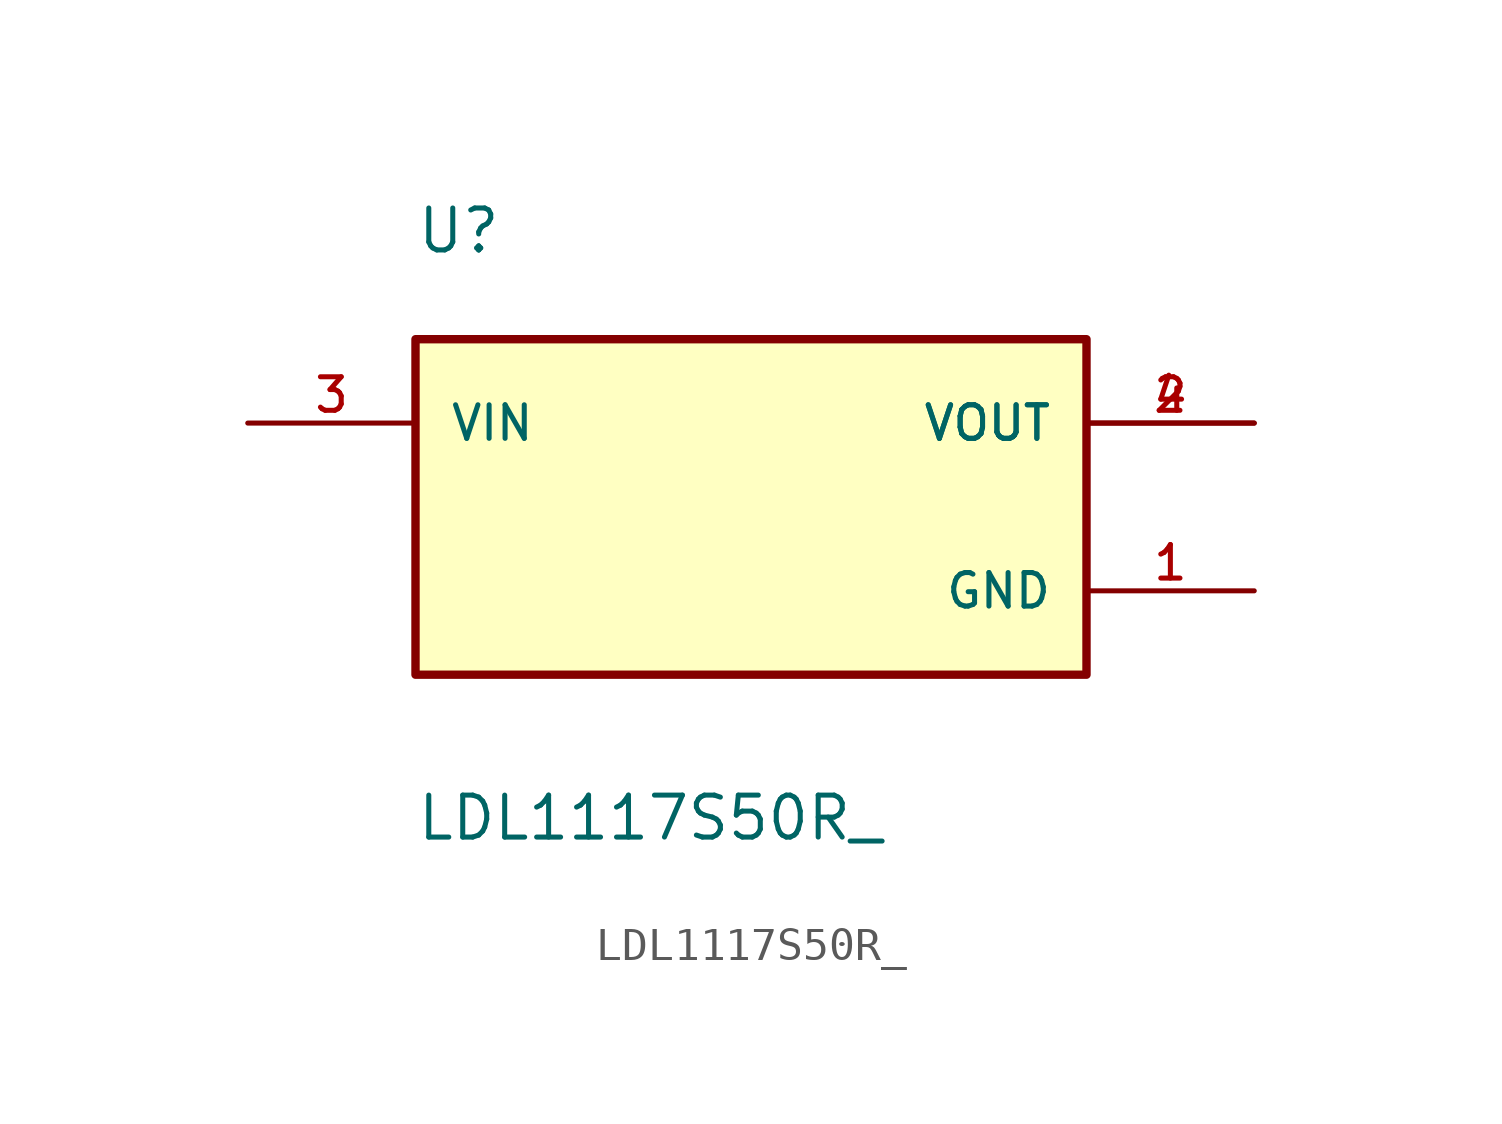
<source format=kicad_sym>
(kicad_symbol_lib
  (version 20211014)
  (generator kicad_symbol_editor)
  (symbol "LDL1117S50R_"
    (pin_names
      (offset 1.016))
    (property "Reference" "U"
      (at -10.16 7.62 0)
      (effects (font (size 1.27 1.27)) (justify bottom left)))
    (property "Value" "LDL1117S50R_"
      (at -10.16 -10.16 0)
      (effects (font (size 1.27 1.27)) (justify bottom left)))
    (symbol "LDL1117S50R__0_0"
      (rectangle (start -10.16 -5.08) (end 10.16 5.08) (stroke (width 0.254)) (fill (type background)))
      (pin input line (at -15.24 2.54 0) (length 5.08) (name "VIN" (effects (font (size 1.016 1.016)))) (number "3" (effects (font (size 1.016 1.016)))))
      (pin output line (at 15.24 2.54 180.0) (length 5.08) (name "VOUT" (effects (font (size 1.016 1.016)))) (number "2" (effects (font (size 1.016 1.016)))))
      (pin output line (at 15.24 2.54 180.0) (length 5.08) (name "VOUT" (effects (font (size 1.016 1.016)))) (number "4" (effects (font (size 1.016 1.016)))))
      (pin power_in line (at 15.24 -2.54 180.0) (length 5.08) (name "GND" (effects (font (size 1.016 1.016)))) (number "1" (effects (font (size 1.016 1.016))))))))
</source>
